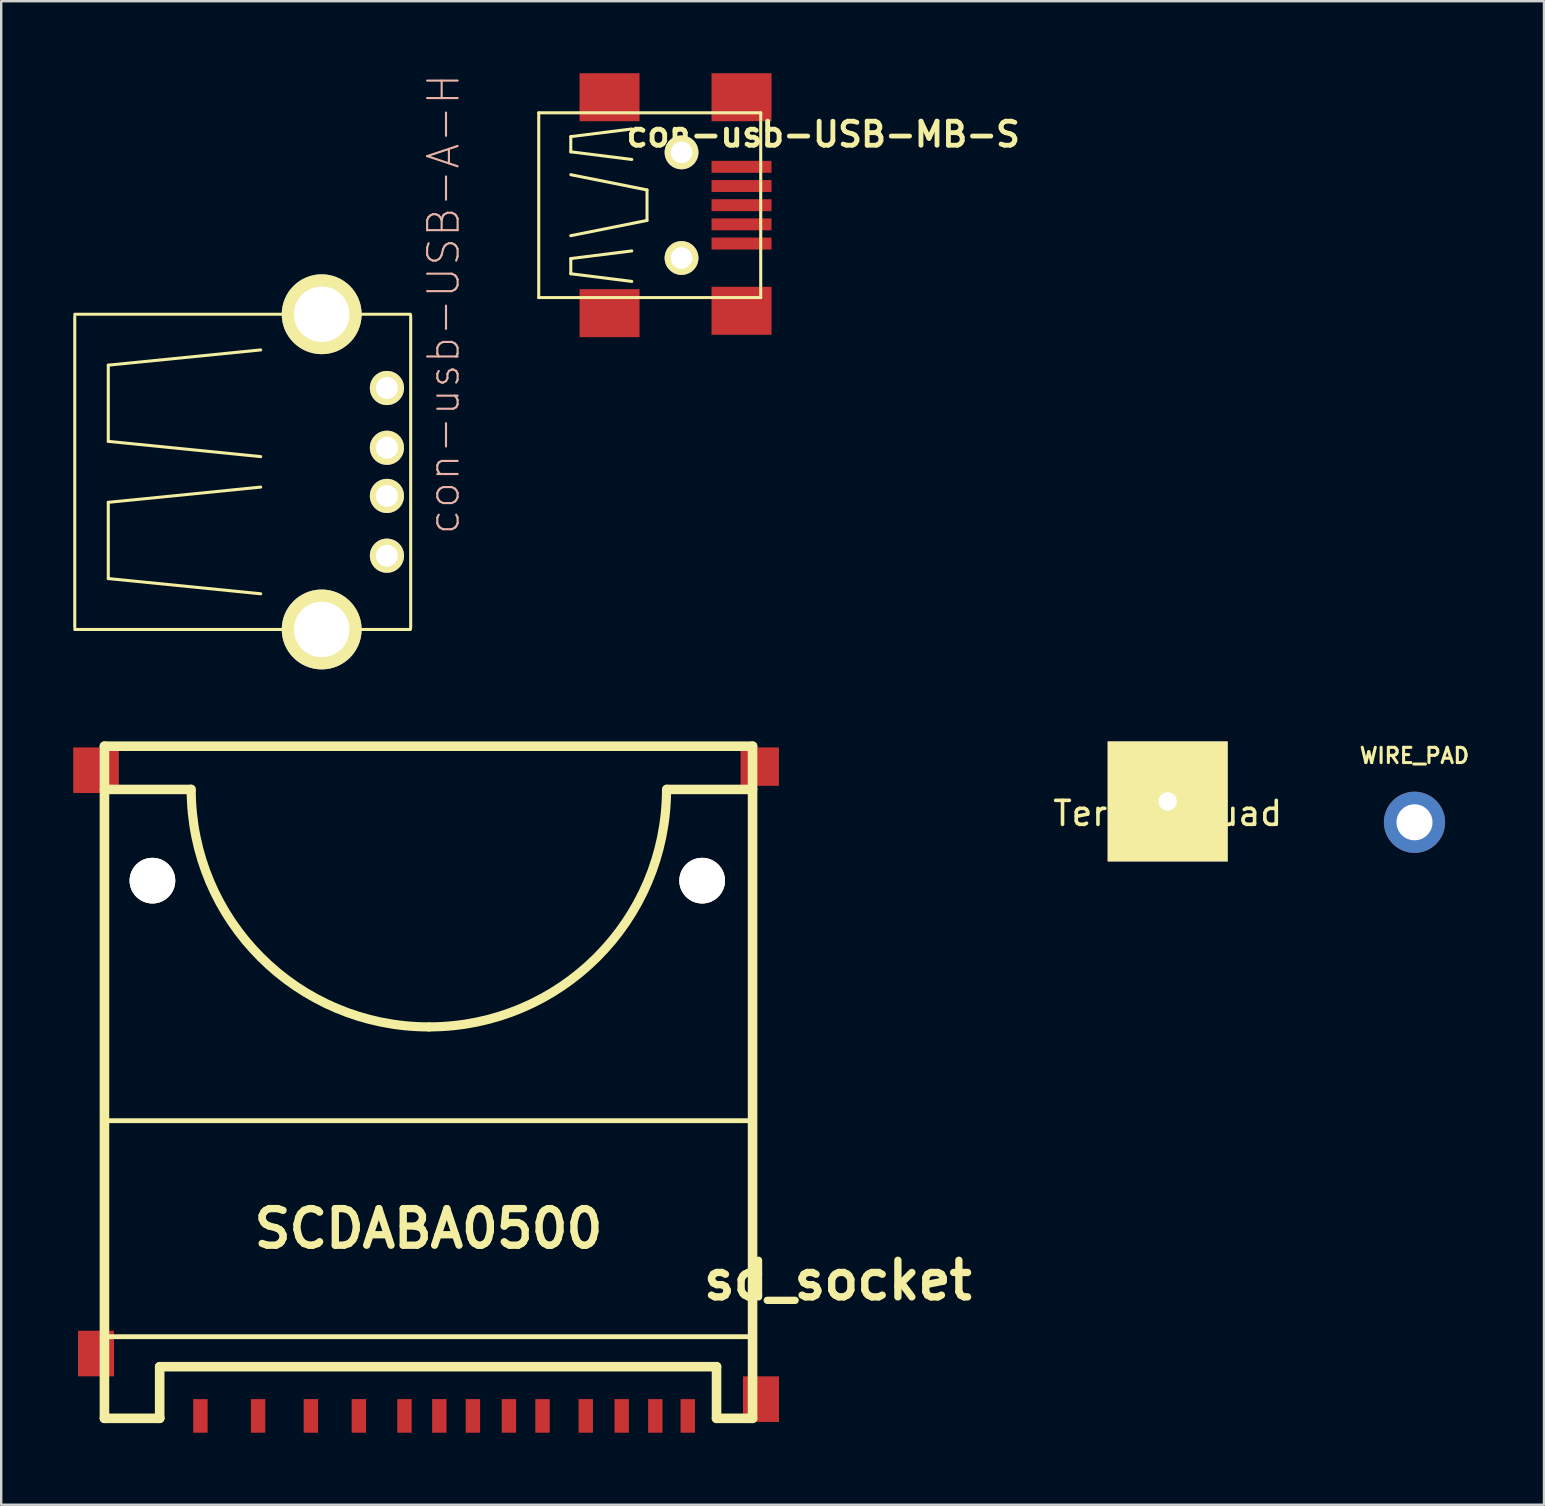
<source format=kicad_pcb>
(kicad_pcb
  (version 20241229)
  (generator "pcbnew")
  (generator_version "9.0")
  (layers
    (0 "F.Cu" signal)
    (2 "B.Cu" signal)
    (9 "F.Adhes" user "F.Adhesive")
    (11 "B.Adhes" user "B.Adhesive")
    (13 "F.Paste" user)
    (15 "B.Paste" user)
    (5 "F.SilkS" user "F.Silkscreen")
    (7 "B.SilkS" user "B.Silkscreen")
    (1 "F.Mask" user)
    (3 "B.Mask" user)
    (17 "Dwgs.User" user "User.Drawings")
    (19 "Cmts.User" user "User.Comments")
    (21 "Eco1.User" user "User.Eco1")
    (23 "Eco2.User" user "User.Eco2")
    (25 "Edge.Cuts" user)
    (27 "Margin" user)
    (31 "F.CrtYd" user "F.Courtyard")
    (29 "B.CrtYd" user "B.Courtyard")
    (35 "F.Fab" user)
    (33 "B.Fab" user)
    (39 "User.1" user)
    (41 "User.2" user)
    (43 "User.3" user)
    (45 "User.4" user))
  (footprint "con-usb-USB-MB-S"
    (layer "F.Cu")
    (at 25.342 5.498)
    (property "Reference" "con-usb-USB-MB-S" (at 5.9 -2.951 0) (layer "F.SilkS") (effects (font (size 1.001 1.001) (thickness 0.201))))
    (attr smd)
    (fp_line (start -5.949 -3.848) (end -5.949 3.848) (stroke (width 0.127) (type solid)) (layer "F.SilkS"))
    (fp_line (start -5.949 -3.848) (end 3.299 -3.848) (stroke (width 0.127) (type solid)) (layer "F.SilkS"))
    (fp_line (start -4.613 -2.857) (end -4.613 -2.223) (stroke (width 0.127) (type solid)) (layer "F.SilkS"))
    (fp_line (start -4.613 -2.223) (end -2.073 -1.905) (stroke (width 0.127) (type solid)) (layer "F.SilkS"))
    (fp_line (start -4.613 -1.27) (end -1.438 -0.635) (stroke (width 0.127) (type solid)) (layer "F.SilkS"))
    (fp_line (start -4.613 2.223) (end -2.073 1.905) (stroke (width 0.127) (type solid)) (layer "F.SilkS"))
    (fp_line (start -4.613 2.857) (end -4.613 2.223) (stroke (width 0.127) (type solid)) (layer "F.SilkS"))
    (fp_line (start -2.073 -3.175) (end -4.613 -2.857) (stroke (width 0.127) (type solid)) (layer "F.SilkS"))
    (fp_line (start -2.073 3.175) (end -4.613 2.857) (stroke (width 0.127) (type solid)) (layer "F.SilkS"))
    (fp_line (start -1.438 -0.635) (end -1.438 0.635) (stroke (width 0.127) (type solid)) (layer "F.SilkS"))
    (fp_line (start -1.438 0.635) (end -4.613 1.27) (stroke (width 0.127) (type solid)) (layer "F.SilkS"))
    (fp_line (start 3.299 -3.848) (end 3.299 3.848) (stroke (width 0.127) (type solid)) (layer "F.SilkS"))
    (fp_line (start 3.299 3.848) (end -5.949 3.848) (stroke (width 0.127) (type solid)) (layer "F.SilkS"))
    (pad "D+" smd rect (at 2.499 0) (size 2.499 0.498) (layers "F.Cu" "F.Mask" "F.Paste"))
    (pad "D-" smd rect (at 2.499 -0.798) (size 2.499 0.498) (layers "F.Cu" "F.Mask" "F.Paste"))
    (pad "GND" smd rect (at 2.499 1.598) (size 2.499 0.498) (layers "F.Cu" "F.Mask" "F.Paste"))
    (pad "ID" smd rect (at 2.499 0.798) (size 2.499 0.498) (layers "F.Cu" "F.Mask" "F.Paste"))
    (pad "P$1" smd rect (at -3 4.498) (size 2.499 1.999) (layers "F.Cu" "F.Mask" "F.Paste"))
    (pad "P$2" smd rect (at -3 -4.498) (size 2.499 1.999) (layers "F.Cu" "F.Mask" "F.Paste"))
    (pad "P$3" smd rect (at 2.499 4.399) (size 2.499 1.999) (layers "F.Cu" "F.Mask" "F.Paste"))
    (pad "P$4" smd rect (at 2.499 -4.498) (size 2.499 1.999) (layers "F.Cu" "F.Mask" "F.Paste"))
    (pad "P$5" thru_hole circle (at 0 -2.2) (size 1.407 1.407) (drill 0.899) (layers "*.Cu" "F.Mask" "F.SilkS" "F.Paste"))
    (pad "P$6" thru_hole circle (at 0 2.2) (size 1.407 1.407) (drill 0.899) (layers "*.Cu" "F.Mask" "F.SilkS" "F.Paste"))
    (pad "VBUS" smd rect (at 2.499 -1.598) (size 2.499 0.498) (layers "F.Cu" "F.Mask" "F.Paste")))
  (footprint "con-usb-USB-A-H"
    (layer "F.Cu")
    (at 10.351 16.607)
    (property "Reference" "con-usb-USB-A-H" (at 5.08 -6.985 90) (layer "B.SilkS") (effects (font (size 1.27 1.27) (thickness 0.089))))
    (attr exclude_from_pos_files exclude_from_bom)
    (fp_line (start -10.287 -6.477) (end -10.287 6.477) (stroke (width 0.127) (type solid)) (layer "F.SilkS"))
    (fp_line (start -8.89 -4.445) (end -8.89 -1.27) (stroke (width 0.127) (type solid)) (layer "F.SilkS"))
    (fp_line (start -8.89 -1.27) (end -2.54 -0.635) (stroke (width 0.127) (type solid)) (layer "F.SilkS"))
    (fp_line (start -8.89 1.27) (end -2.54 0.635) (stroke (width 0.127) (type solid)) (layer "F.SilkS"))
    (fp_line (start -8.89 4.445) (end -8.89 1.27) (stroke (width 0.127) (type solid)) (layer "F.SilkS"))
    (fp_line (start -2.54 -5.08) (end -8.89 -4.445) (stroke (width 0.127) (type solid)) (layer "F.SilkS"))
    (fp_line (start -2.54 5.08) (end -8.89 4.445) (stroke (width 0.127) (type solid)) (layer "F.SilkS"))
    (fp_line (start 3.696 -6.566) (end -10.287 -6.566) (stroke (width 0.127) (type solid)) (layer "F.SilkS"))
    (fp_line (start 3.696 6.566) (end -10.287 6.566) (stroke (width 0.127) (type solid)) (layer "F.SilkS"))
    (fp_line (start 3.708 -6.502) (end 3.708 6.502) (stroke (width 0.127) (type solid)) (layer "F.SilkS"))
    (pad "D+" thru_hole circle (at 2.718 1.003) (size 1.422 1.422) (drill 0.914) (layers "*.Cu" "F.Mask" "F.SilkS" "F.Paste"))
    (pad "D-" thru_hole circle (at 2.718 -1.003) (size 1.422 1.422) (drill 0.914) (layers "*.Cu" "F.Mask" "F.SilkS" "F.Paste"))
    (pad "GND" thru_hole circle (at 2.718 3.493) (size 1.422 1.422) (drill 0.914) (layers "*.Cu" "F.Mask" "F.SilkS" "F.Paste"))
    (pad "P$5" thru_hole circle (at 0 6.566) (size 3.327 3.327) (drill 2.311) (layers "*.Cu" "F.Mask" "F.SilkS" "F.Paste"))
    (pad "P$6" thru_hole circle (at 0 -6.566) (size 3.327 3.327) (drill 2.311) (layers "*.Cu" "F.Mask" "F.SilkS" "F.Paste"))
    (pad "VBUS" thru_hole circle (at 2.718 -3.493) (size 1.422 1.422) (drill 0.914) (layers "*.Cu" "F.Mask" "F.SilkS" "F.Paste")))
  (footprint "Termal_Quad"
    (layer "F.Cu")
    (at 45.595 30.337)
    (property "Reference" "Termal_Quad" (at 0 0.5 0) (layer "F.SilkS") (effects (font (size 1 1) (thickness 0.15))))
    (attr through_hole)
    (pad "1" thru_hole rect (at 0 0) (size 5 5) (drill 0.762) (layers "*.Cu" "*.Mask" "F.SilkS")))
  (footprint "sd_socket"
    (layer "F.Cu")
    (at 14.801 41.036)
    (property "Reference" "sd_socket" (at 17.051 9.251 0) (layer "F.SilkS") (effects (font (size 1.524 1.524) (thickness 0.305))))
    (attr through_hole)
    (fp_line (start -13.5 -13) (end -13.5 15.001) (stroke (width 0.399) (type solid)) (layer "F.SilkS"))
    (fp_line (start -13.5 2.601) (end 13.551 2.601) (stroke (width 0.203) (type solid)) (layer "F.SilkS"))
    (fp_line (start -13.5 11.6) (end 13.5 11.6) (stroke (width 0.203) (type solid)) (layer "F.SilkS"))
    (fp_line (start -13.5 15.001) (end -11.199 15.001) (stroke (width 0.399) (type solid)) (layer "F.SilkS"))
    (fp_line (start -11.199 12.85) (end 11.999 12.85) (stroke (width 0.399) (type solid)) (layer "F.SilkS"))
    (fp_line (start -11.199 14.95) (end -11.199 12.85) (stroke (width 0.399) (type solid)) (layer "F.SilkS"))
    (fp_line (start -11.199 15.001) (end -11.25 14.95) (stroke (width 0.399) (type solid)) (layer "F.SilkS"))
    (fp_line (start -9.901 -11.199) (end -13.5 -11.199) (stroke (width 0.399) (type solid)) (layer "F.SilkS"))
    (fp_line (start 9.949 -11.199) (end 13.5 -11.199) (stroke (width 0.399) (type solid)) (layer "F.SilkS"))
    (fp_line (start 11.999 12.85) (end 11.999 15.001) (stroke (width 0.399) (type solid)) (layer "F.SilkS"))
    (fp_line (start 11.999 15.001) (end 13.5 15.001) (stroke (width 0.399) (type solid)) (layer "F.SilkS"))
    (fp_line (start 13.5 -13) (end -13.5 -13) (stroke (width 0.399) (type solid)) (layer "F.SilkS"))
    (fp_line (start 13.5 15.001) (end 13.5 -13) (stroke (width 0.399) (type solid)) (layer "F.SilkS"))
    (fp_arc (start 0.01524 -1.30556) (mid -6.985768 -4.205472) (end -9.88568 -11.20648) (stroke (width 0.381) (type solid)) (layer "F.SilkS"))
    (fp_arc (start 9.91616 -11.20648) (mid 7.016248 -4.205472) (end 0.01524 -1.30556) (stroke (width 0.381) (type solid)) (layer "F.SilkS"))
    (fp_text user "SCDABA0500" (at 0 7.099 0) (layer "F.SilkS") (effects (font (size 1.524 1.524) (thickness 0.305))))
    (pad "" thru_hole circle (at -11.501 -7.399 180) (size 1.9 1.9) (drill 1.9) (layers "*.Cu" "*.Mask" "F.SilkS"))
    (pad "" thru_hole circle (at 11.4 -7.399 180) (size 1.9 1.9) (drill 1.9) (layers "*.Cu" "*.Mask" "F.SilkS"))
    (pad "1" smd rect (at -7.099 14.9 180) (size 0.599 1.4) (layers "F.Cu" "F.Mask" "F.Paste"))
    (pad "2" smd rect (at -4.9 14.9 180) (size 0.599 1.4) (layers "F.Cu" "F.Mask" "F.Paste"))
    (pad "3" smd rect (at -2.901 14.9 180) (size 0.599 1.4) (layers "F.Cu" "F.Mask" "F.Paste"))
    (pad "4" smd rect (at 0.45 14.9 180) (size 0.599 1.4) (layers "F.Cu" "F.Mask" "F.Paste"))
    (pad "5" smd rect (at 1.849 14.9 180) (size 0.599 1.4) (layers "F.Cu" "F.Mask" "F.Paste"))
    (pad "6" smd rect (at -1.001 14.9 180) (size 0.599 1.4) (layers "F.Cu" "F.Mask" "F.Paste"))
    (pad "7" smd rect (at 6.551 14.9 180) (size 0.599 1.4) (layers "F.Cu" "F.Mask" "F.Paste"))
    (pad "8" smd rect (at 8.049 14.9 180) (size 0.599 1.4) (layers "F.Cu" "F.Mask" "F.Paste"))
    (pad "9" smd rect (at -9.502 14.9 180) (size 0.599 1.4) (layers "F.Cu" "F.Mask" "F.Paste"))
    (pad "10" smd rect (at 3.35 14.9 180) (size 0.599 1.4) (layers "F.Cu" "F.Mask" "F.Paste"))
    (pad "11" smd rect (at 10.8 14.9 180) (size 0.599 1.4) (layers "F.Cu" "F.Mask" "F.Paste"))
    (pad "12" smd rect (at 13.8 -12.149 180) (size 1.6 1.6) (layers "F.Cu" "F.Mask" "F.Paste"))
    (pad "13" smd rect (at -13.851 -11.999 180) (size 1.9 1.9) (layers "F.Cu" "F.Mask" "F.Paste"))
    (pad "14" smd rect (at -13.851 12.301 180) (size 1.501 1.9) (layers "F.Cu" "F.Mask" "F.Paste"))
    (pad "15" smd rect (at 13.851 14.201 180) (size 1.501 1.9) (layers "F.Cu" "F.Mask" "F.Paste"))
    (pad "16" smd rect (at 4.75 14.9 180) (size 0.599 1.4) (layers "F.Cu" "F.Mask" "F.Paste"))
    (pad "17" smd rect (at 9.449 14.9 180) (size 0.599 1.4) (layers "F.Cu" "F.Mask" "F.Paste")))
  (footprint "WIRE_PAD"
    (layer "F.Cu")
    (at 55.877 31.206)
    (property "Reference" "WIRE_PAD" (at 0 -2.775 0) (layer "F.SilkS") (effects (font (size 0.635 0.635) (thickness 0.127))))
    (attr through_hole)
    (pad "1" thru_hole circle (at 0 0) (size 2.55 2.55) (drill 1.5) (layers "*.Cu" "*.Mask")))
  (gr_rect
    (start -3 -3)
    (end 61.272 59.635)
    (stroke (width 0.1) (type default))
    (fill no)
    (layer "Edge.Cuts")))
</source>
